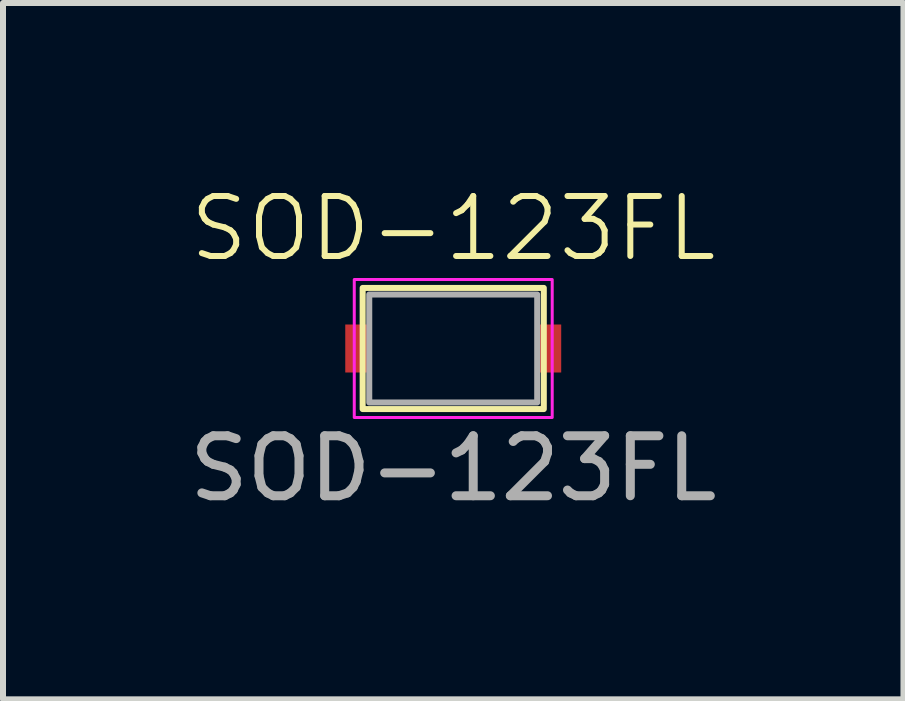
<source format=kicad_pcb>
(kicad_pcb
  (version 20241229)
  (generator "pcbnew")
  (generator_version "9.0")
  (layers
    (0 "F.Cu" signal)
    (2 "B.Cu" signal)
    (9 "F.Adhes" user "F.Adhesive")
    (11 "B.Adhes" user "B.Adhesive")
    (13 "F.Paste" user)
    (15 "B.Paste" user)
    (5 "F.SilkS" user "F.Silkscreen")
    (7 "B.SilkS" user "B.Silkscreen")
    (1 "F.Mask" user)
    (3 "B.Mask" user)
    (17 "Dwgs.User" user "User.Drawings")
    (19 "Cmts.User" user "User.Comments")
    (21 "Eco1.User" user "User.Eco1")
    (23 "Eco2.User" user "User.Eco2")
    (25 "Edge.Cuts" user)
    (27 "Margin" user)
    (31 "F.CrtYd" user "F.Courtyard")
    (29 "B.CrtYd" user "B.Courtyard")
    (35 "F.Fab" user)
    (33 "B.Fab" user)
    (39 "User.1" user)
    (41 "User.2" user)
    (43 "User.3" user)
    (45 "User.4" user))
  (footprint "SOD-123FL"
    (layer "F.Cu")
    (at 4.506 2.76)
    (property "Reference" "SOD-123FL" (at 0 -2 0) (unlocked yes) (layer "F.SilkS") (effects (font (size 1 1) (thickness 0.1))))
    (attr smd)
    (fp_rect (start -1.51 -1.01) (end 1.51 1.01) (stroke (width 0.1) (type default)) (fill no) (layer "F.SilkS"))
    (fp_rect (start -1.65 -1.15) (end 1.65 1.15) (stroke (width 0.05) (type default)) (fill no) (layer "F.CrtYd"))
    (fp_rect (start -1.4 -0.9) (end 1.4 0.9) (stroke (width 0.1) (type default)) (fill no) (layer "F.Fab"))
    (fp_text user "${REFERENCE}" (at 0 2 0) (unlocked yes) (layer "F.Fab") (effects (font (size 1 1) (thickness 0.15))))
    (pad "1" smd rect (at -1.6 0) (size 0.4 0.8) (layers "F.Cu" "F.Mask" "F.Paste"))
    (pad "2" smd rect (at 1.6 0) (size 0.4 0.8) (layers "F.Cu" "F.Mask" "F.Paste")))
  (gr_rect
    (start -3 -3)
    (end 12.012 8.609)
    (stroke (width 0.1) (type default))
    (fill no)
    (layer "Edge.Cuts")))
</source>
